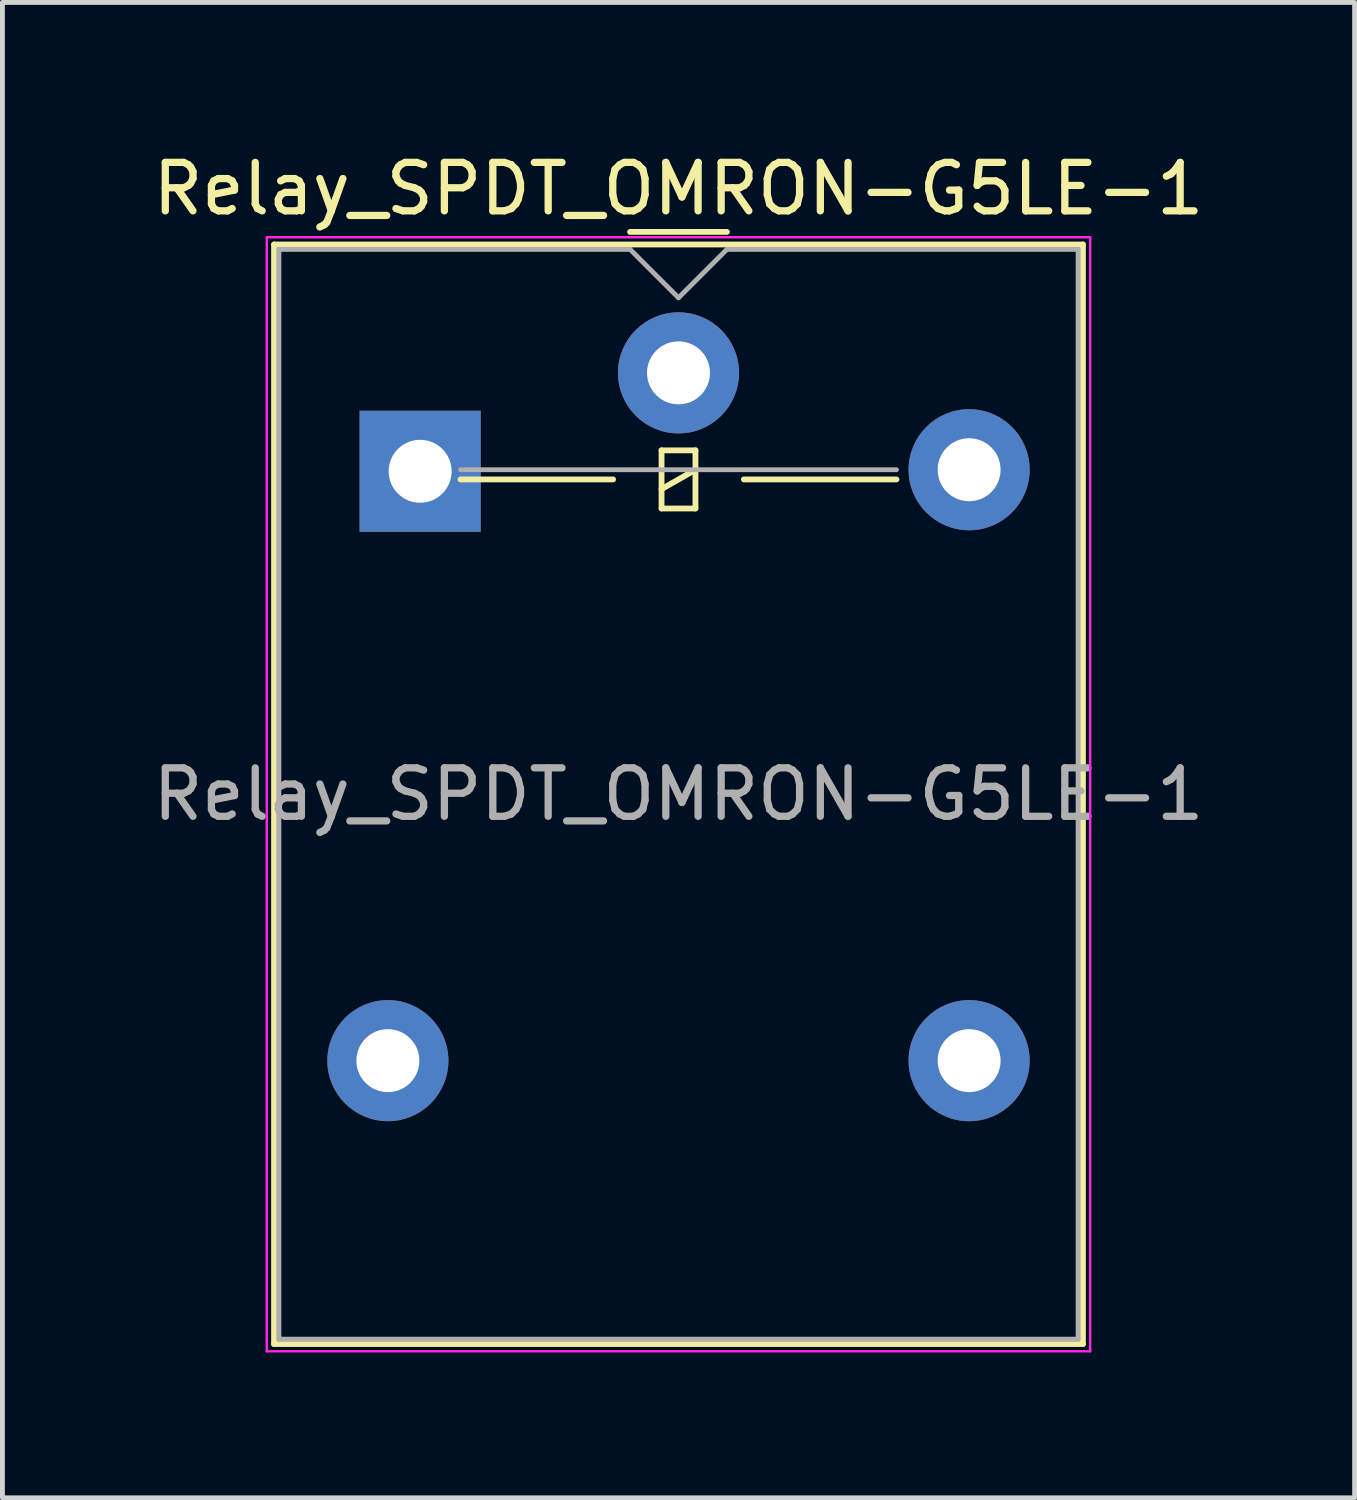
<source format=kicad_pcb>
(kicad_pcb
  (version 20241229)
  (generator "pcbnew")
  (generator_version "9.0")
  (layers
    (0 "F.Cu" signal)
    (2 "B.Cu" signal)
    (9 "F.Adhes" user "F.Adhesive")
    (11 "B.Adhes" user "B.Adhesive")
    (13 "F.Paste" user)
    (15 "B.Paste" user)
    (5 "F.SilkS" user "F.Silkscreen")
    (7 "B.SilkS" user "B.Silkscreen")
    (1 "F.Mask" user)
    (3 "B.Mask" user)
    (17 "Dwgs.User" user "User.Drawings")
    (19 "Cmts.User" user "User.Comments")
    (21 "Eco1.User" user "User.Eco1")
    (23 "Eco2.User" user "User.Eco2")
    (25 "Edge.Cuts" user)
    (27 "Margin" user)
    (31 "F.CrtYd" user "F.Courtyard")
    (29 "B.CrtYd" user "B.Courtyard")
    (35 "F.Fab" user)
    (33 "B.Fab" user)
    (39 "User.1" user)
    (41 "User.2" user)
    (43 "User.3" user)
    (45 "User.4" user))
  (footprint "Relay_SPDT_OMRON-G5LE-1"
    (layer "F.Cu")
    (at 10.958 4.648)
    (property "Reference" "Relay_SPDT_OMRON-G5LE-1" (at 0 -3.8 0) (layer "F.SilkS") (effects (font (size 1 1) (thickness 0.15))))
    (attr through_hole)
    (fp_line (start -8.35 -2.65) (end -8.35 20.05) (stroke (width 0.12) (type solid)) (layer "F.SilkS"))
    (fp_line (start -8.35 20.05) (end 8.35 20.05) (stroke (width 0.12) (type solid)) (layer "F.SilkS"))
    (fp_line (start -4.5 2.2) (end -1.35 2.2) (stroke (width 0.12) (type solid)) (layer "F.SilkS"))
    (fp_line (start -1 -2.91) (end 1 -2.91) (stroke (width 0.12) (type solid)) (layer "F.SilkS"))
    (fp_line (start -0.35 1.6) (end -0.35 2.8) (stroke (width 0.12) (type solid)) (layer "F.SilkS"))
    (fp_line (start -0.35 2.4) (end 0.35 2) (stroke (width 0.12) (type solid)) (layer "F.SilkS"))
    (fp_line (start -0.35 2.8) (end 0.35 2.8) (stroke (width 0.12) (type solid)) (layer "F.SilkS"))
    (fp_line (start 0.35 1.6) (end -0.35 1.6) (stroke (width 0.12) (type solid)) (layer "F.SilkS"))
    (fp_line (start 0.35 2.8) (end 0.35 1.6) (stroke (width 0.12) (type solid)) (layer "F.SilkS"))
    (fp_line (start 1.35 2.2) (end 4.5 2.2) (stroke (width 0.12) (type solid)) (layer "F.SilkS"))
    (fp_line (start 8.35 -2.65) (end -8.35 -2.65) (stroke (width 0.12) (type solid)) (layer "F.SilkS"))
    (fp_line (start 8.35 20.05) (end 8.35 -2.65) (stroke (width 0.12) (type solid)) (layer "F.SilkS"))
    (fp_line (start -8.5 -2.8) (end -8.5 20.2) (stroke (width 0.05) (type solid)) (layer "F.CrtYd"))
    (fp_line (start -8.5 20.2) (end 8.5 20.2) (stroke (width 0.05) (type solid)) (layer "F.CrtYd"))
    (fp_line (start 8.5 -2.8) (end -8.5 -2.8) (stroke (width 0.05) (type solid)) (layer "F.CrtYd"))
    (fp_line (start 8.5 20.2) (end 8.5 -2.8) (stroke (width 0.05) (type solid)) (layer "F.CrtYd"))
    (fp_line (start -8.25 -2.55) (end -1 -2.55) (stroke (width 0.1) (type solid)) (layer "F.Fab"))
    (fp_line (start -8.25 19.95) (end -8.25 -2.55) (stroke (width 0.1) (type solid)) (layer "F.Fab"))
    (fp_line (start -4.5 2) (end 4.5 2) (stroke (width 0.1) (type solid)) (layer "F.Fab"))
    (fp_line (start -1 -2.55) (end 0 -1.55) (stroke (width 0.1) (type solid)) (layer "F.Fab"))
    (fp_line (start 0 -1.55) (end 1 -2.55) (stroke (width 0.1) (type solid)) (layer "F.Fab"))
    (fp_line (start 1 -2.55) (end 8.25 -2.55) (stroke (width 0.1) (type solid)) (layer "F.Fab"))
    (fp_line (start 8.25 -2.55) (end 8.25 19.95) (stroke (width 0.1) (type solid)) (layer "F.Fab"))
    (fp_line (start 8.25 19.95) (end -8.25 19.95) (stroke (width 0.1) (type solid)) (layer "F.Fab"))
    (fp_text user "${REFERENCE}" (at 0 8.7 0) (layer "F.Fab") (effects (font (size 1 1) (thickness 0.15))))
    (pad "1" thru_hole rect (at -5.334 2.032) (size 2.5 2.5) (drill 1.3) (layers "*.Cu" "*.Mask"))
    (pad "2" thru_hole oval (at 0 0) (size 2.5 2.5) (drill 1.3) (layers "*.Cu" "*.Mask"))
    (pad "3" thru_hole oval (at -6 14.2) (size 2.5 2.5) (drill 1.3) (layers "*.Cu" "*.Mask"))
    (pad "4" thru_hole oval (at 6 14.2) (size 2.5 2.5) (drill 1.3) (layers "*.Cu" "*.Mask"))
    (pad "5" thru_hole oval (at 6 2) (size 2.5 2.5) (drill 1.3) (layers "*.Cu" "*.Mask")))
  (gr_rect
    (start -3 -3)
    (end 24.917 27.873)
    (stroke (width 0.1) (type default))
    (fill no)
    (layer "Edge.Cuts")))
</source>
